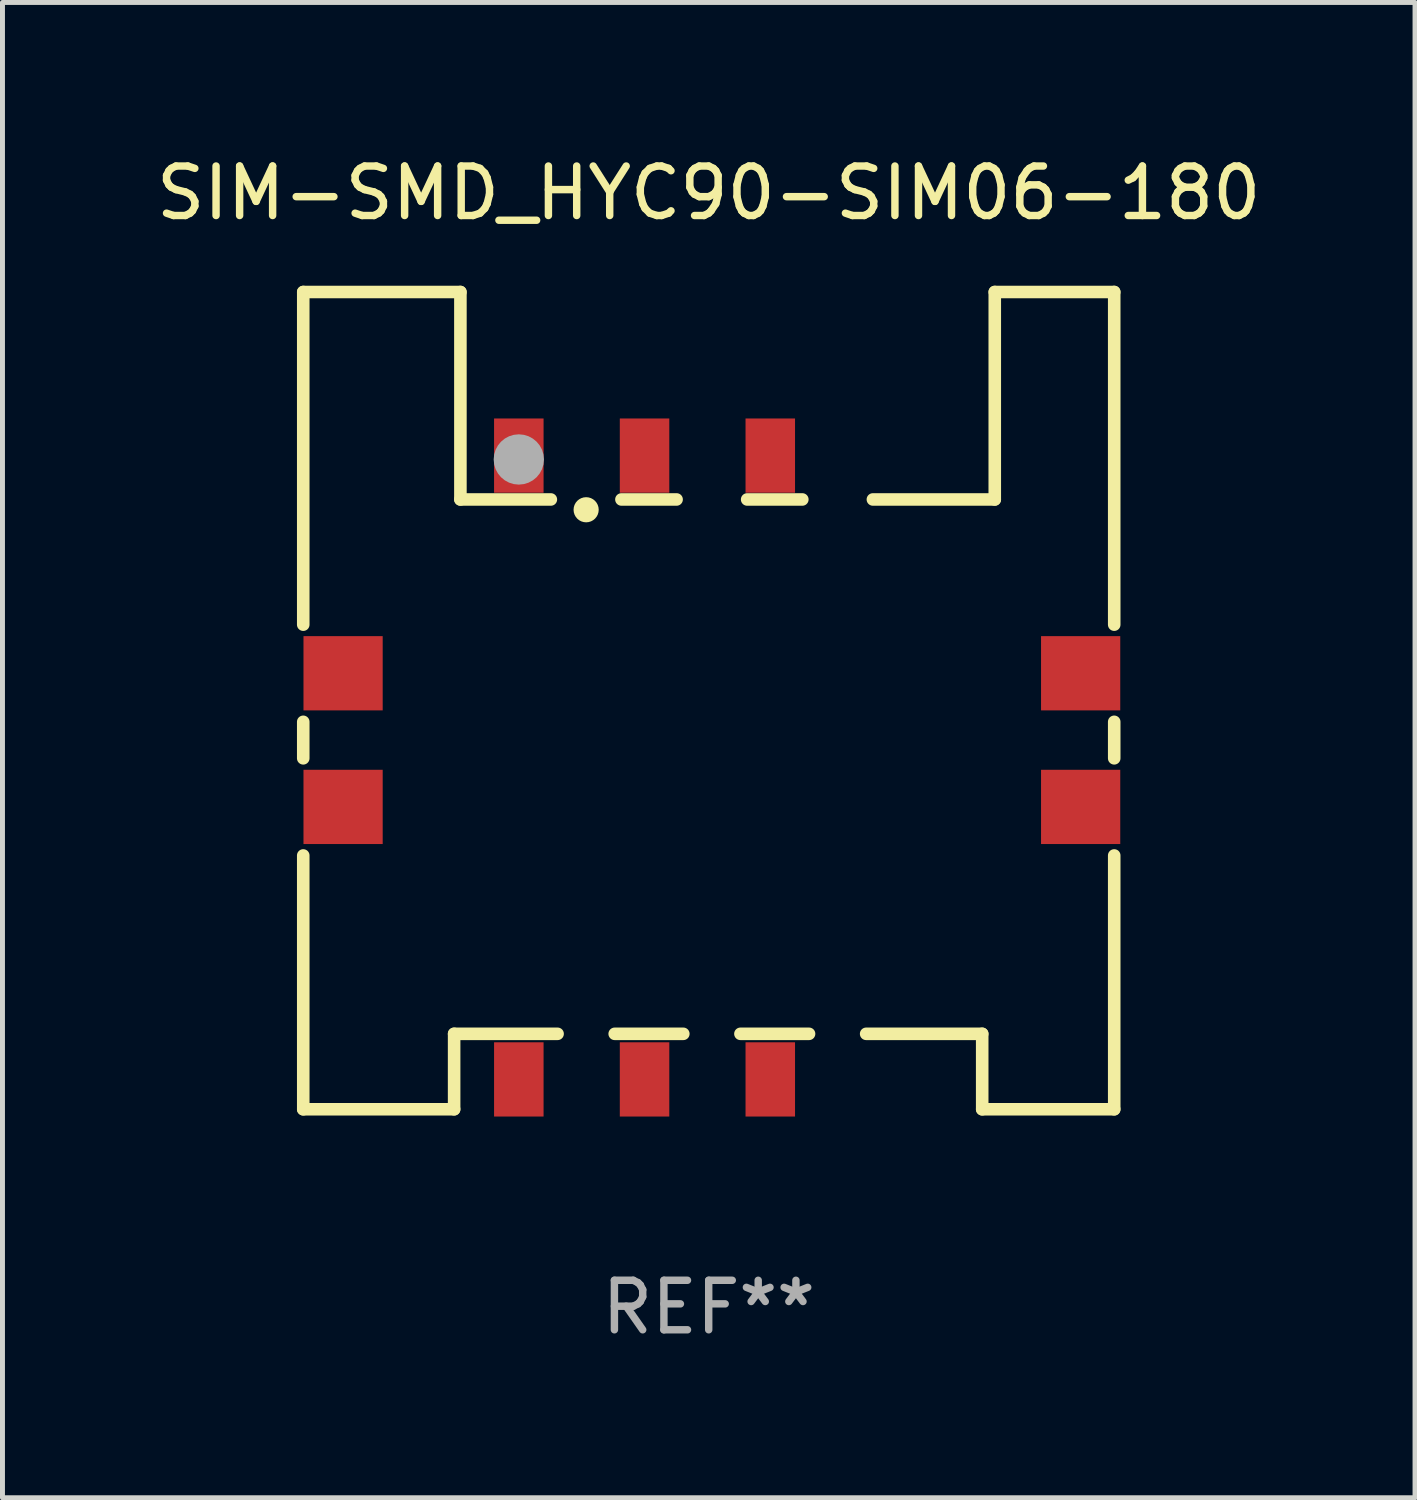
<source format=kicad_pcb>
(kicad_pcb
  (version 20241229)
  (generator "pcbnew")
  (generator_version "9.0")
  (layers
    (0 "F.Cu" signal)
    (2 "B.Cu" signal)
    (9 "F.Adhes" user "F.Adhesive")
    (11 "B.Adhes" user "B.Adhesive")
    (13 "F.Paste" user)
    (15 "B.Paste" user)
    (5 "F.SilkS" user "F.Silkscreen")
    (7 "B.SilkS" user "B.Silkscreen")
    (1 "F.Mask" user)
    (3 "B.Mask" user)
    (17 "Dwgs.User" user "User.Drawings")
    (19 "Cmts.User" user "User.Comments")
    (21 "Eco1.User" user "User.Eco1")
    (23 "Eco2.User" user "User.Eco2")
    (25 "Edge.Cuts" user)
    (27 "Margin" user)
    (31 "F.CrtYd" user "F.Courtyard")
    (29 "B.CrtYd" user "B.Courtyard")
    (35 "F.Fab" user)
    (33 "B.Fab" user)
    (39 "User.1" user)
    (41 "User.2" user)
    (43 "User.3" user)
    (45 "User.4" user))
  (footprint "SIM-SMD_HYC90-SIM06-180"
    (layer "F.Cu")
    (at 11.331 12.455)
    (property "Reference" "SIM-SMD_HYC90-SIM06-180" (at -0.064 -11.606 0) (layer "F.SilkS") (effects (font (size 1 1) (thickness 0.15))))
    (attr through_hole)
    (fp_line (start -8.255 -9.606) (end -8.255 -2.886) (stroke (width 0.254) (type solid)) (layer "F.SilkS"))
    (fp_line (start -8.255 -0.923) (end -8.255 -0.186) (stroke (width 0.254) (type solid)) (layer "F.SilkS"))
    (fp_line (start -8.255 1.777) (end -8.255 6.904) (stroke (width 0.254) (type solid)) (layer "F.SilkS"))
    (fp_line (start -8.255 6.904) (end -5.207 6.904) (stroke (width 0.254) (type solid)) (layer "F.SilkS"))
    (fp_line (start -5.207 5.38) (end -3.117 5.38) (stroke (width 0.254) (type solid)) (layer "F.SilkS"))
    (fp_line (start -5.207 6.904) (end -5.207 5.38) (stroke (width 0.254) (type solid)) (layer "F.SilkS"))
    (fp_line (start -5.08 -9.606) (end -8.255 -9.606) (stroke (width 0.254) (type solid)) (layer "F.SilkS"))
    (fp_line (start -5.08 -5.415) (end -5.08 -9.606) (stroke (width 0.254) (type solid)) (layer "F.SilkS"))
    (fp_line (start -3.253 -5.415) (end -5.08 -5.415) (stroke (width 0.254) (type solid)) (layer "F.SilkS"))
    (fp_line (start -1.963 5.38) (end -0.577 5.38) (stroke (width 0.254) (type solid)) (layer "F.SilkS"))
    (fp_line (start -0.713 -5.415) (end -1.827 -5.415) (stroke (width 0.254) (type solid)) (layer "F.SilkS"))
    (fp_line (start 0.577 5.38) (end 1.963 5.38) (stroke (width 0.254) (type solid)) (layer "F.SilkS"))
    (fp_line (start 1.827 -5.415) (end 0.713 -5.415) (stroke (width 0.254) (type solid)) (layer "F.SilkS"))
    (fp_line (start 3.117 5.38) (end 5.461 5.38) (stroke (width 0.254) (type solid)) (layer "F.SilkS"))
    (fp_line (start 5.461 5.38) (end 5.461 6.904) (stroke (width 0.254) (type solid)) (layer "F.SilkS"))
    (fp_line (start 5.461 6.904) (end 8.128 6.904) (stroke (width 0.254) (type solid)) (layer "F.SilkS"))
    (fp_line (start 5.715 -9.606) (end 5.715 -5.415) (stroke (width 0.254) (type solid)) (layer "F.SilkS"))
    (fp_line (start 5.715 -5.415) (end 3.253 -5.415) (stroke (width 0.254) (type solid)) (layer "F.SilkS"))
    (fp_line (start 8.128 -9.606) (end 5.715 -9.606) (stroke (width 0.254) (type solid)) (layer "F.SilkS"))
    (fp_line (start 8.128 -2.886) (end 8.128 -9.606) (stroke (width 0.254) (type solid)) (layer "F.SilkS"))
    (fp_line (start 8.128 -0.186) (end 8.128 -0.923) (stroke (width 0.254) (type solid)) (layer "F.SilkS"))
    (fp_line (start 8.128 6.904) (end 8.128 1.777) (stroke (width 0.254) (type solid)) (layer "F.SilkS"))
    (fp_circle (center -8.207 -9.516) (end -8.177 -9.516) (stroke (width 0.06) (type solid)) (fill no) (layer "F.SilkS"))
    (fp_circle (center -2.54 -5.207) (end -2.413 -5.207) (stroke (width 0.254) (type solid)) (fill no) (layer "F.SilkS"))
    (fp_circle (center -3.9 -6.223) (end -3.646 -6.223) (stroke (width 0.508) (type solid)) (fill no) (layer "F.Fab"))
    (fp_text user "REF**" (at -0.064 10.904 0) (layer "F.Fab") (effects (font (size 1 1) (thickness 0.15))))
    (pad "1" smd rect (at -3.9 -6.301) (size 1 1.5) (layers "F.Cu" "F.Mask" "F.Paste"))
    (pad "2" smd rect (at -1.36 -6.301) (size 1 1.5) (layers "F.Cu" "F.Mask" "F.Paste"))
    (pad "3" smd rect (at 1.18 -6.301) (size 1 1.5) (layers "F.Cu" "F.Mask" "F.Paste"))
    (pad "4" smd rect (at -3.9 6.301) (size 1 1.5) (layers "F.Cu" "F.Mask" "F.Paste"))
    (pad "5" smd rect (at -1.36 6.301) (size 1 1.5) (layers "F.Cu" "F.Mask" "F.Paste"))
    (pad "6" smd rect (at 1.18 6.301) (size 1 1.5) (layers "F.Cu" "F.Mask" "F.Paste"))
    (pad "8" smd rect (at -7.45 0.796 90) (size 1.5 1.6) (layers "F.Cu" "F.Mask" "F.Paste"))
    (pad "9" smd rect (at -7.45 -1.904 90) (size 1.5 1.6) (layers "F.Cu" "F.Mask" "F.Paste"))
    (pad "10" smd rect (at 7.45 0.796 90) (size 1.5 1.6) (layers "F.Cu" "F.Mask" "F.Paste"))
    (pad "11" smd rect (at 7.45 -1.904 90) (size 1.5 1.6) (layers "F.Cu" "F.Mask" "F.Paste")))
  (gr_rect
    (start -3 -3)
    (end 25.536 27.207)
    (stroke (width 0.1) (type default))
    (fill no)
    (layer "Edge.Cuts")))
</source>
